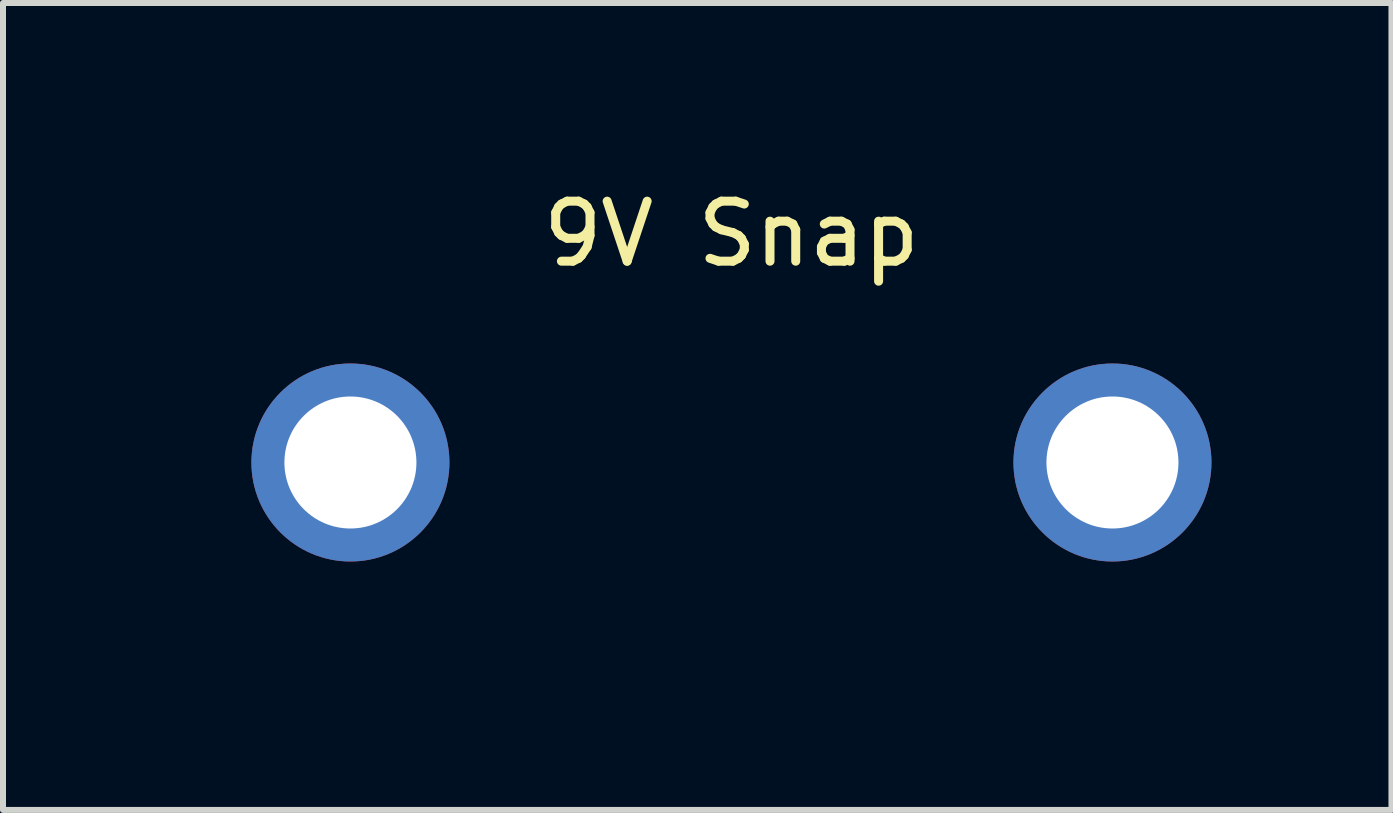
<source format=kicad_pcb>
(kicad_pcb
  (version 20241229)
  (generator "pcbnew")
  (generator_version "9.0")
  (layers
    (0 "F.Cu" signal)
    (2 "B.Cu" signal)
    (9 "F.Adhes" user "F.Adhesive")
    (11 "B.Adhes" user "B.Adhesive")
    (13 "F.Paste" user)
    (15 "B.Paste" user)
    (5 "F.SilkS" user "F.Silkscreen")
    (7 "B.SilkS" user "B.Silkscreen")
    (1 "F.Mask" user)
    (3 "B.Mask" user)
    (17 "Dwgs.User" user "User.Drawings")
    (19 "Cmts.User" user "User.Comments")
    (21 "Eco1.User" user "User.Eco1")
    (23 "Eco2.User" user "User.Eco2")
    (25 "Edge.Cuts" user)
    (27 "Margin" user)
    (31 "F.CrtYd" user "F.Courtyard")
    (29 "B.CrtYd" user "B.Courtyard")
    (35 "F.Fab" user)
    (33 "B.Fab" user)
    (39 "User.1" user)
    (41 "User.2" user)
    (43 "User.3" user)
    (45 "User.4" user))
  (footprint "9V Snap"
    (layer "F.Cu")
    (at 0.25 7.198)
    (property "Reference" "9V Snap" (at 8.89 -6.35 0) (layer "F.SilkS") (effects (font (size 1 1) (thickness 0.15))))
    (attr through_hole)
    (pad "1" thru_hole circle (at 2.54 -2.54) (size 3.3 3.3) (drill 2.2) (layers "*.Cu" "*.Mask"))
    (pad "2" thru_hole circle (at 15.24 -2.54) (size 3.3 3.3) (drill 2.2) (layers "*.Cu" "*.Mask")))
  (gr_rect
    (start -3 -3)
    (end 20.14 10.448)
    (stroke (width 0.1) (type default))
    (fill no)
    (layer "Edge.Cuts")))
</source>
